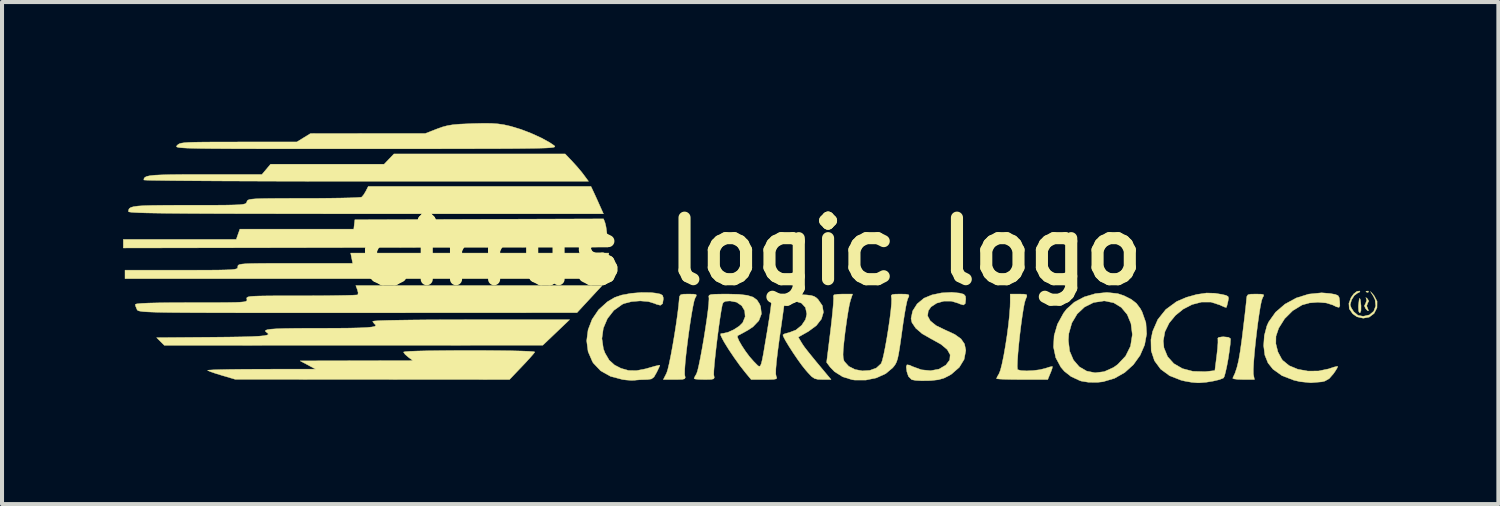
<source format=kicad_pcb>
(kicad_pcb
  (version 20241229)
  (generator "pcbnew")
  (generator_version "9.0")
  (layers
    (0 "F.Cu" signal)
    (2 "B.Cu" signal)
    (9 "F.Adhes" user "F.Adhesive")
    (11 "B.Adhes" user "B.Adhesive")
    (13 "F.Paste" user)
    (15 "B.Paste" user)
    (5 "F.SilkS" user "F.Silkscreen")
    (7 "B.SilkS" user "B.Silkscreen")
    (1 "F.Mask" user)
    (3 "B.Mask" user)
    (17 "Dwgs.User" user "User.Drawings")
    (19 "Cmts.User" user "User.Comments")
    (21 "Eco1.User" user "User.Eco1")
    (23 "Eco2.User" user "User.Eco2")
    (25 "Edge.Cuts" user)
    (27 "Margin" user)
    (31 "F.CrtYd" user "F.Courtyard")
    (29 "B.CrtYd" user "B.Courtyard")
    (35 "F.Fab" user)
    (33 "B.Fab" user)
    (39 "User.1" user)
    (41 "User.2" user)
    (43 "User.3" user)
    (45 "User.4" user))
  (footprint "cirrus logic logo"
    (layer "F.Cu")
    (at 15.541 3.177)
    (property "Reference" "cirrus logic logo" (at 0 0 0) (layer "F.SilkS") (effects (font (size 1.524 1.524) (thickness 0.3))))
    (attr through_hole)
    (fp_poly (pts (xy 15.311 0.988) (xy 15.305 1.013) (xy 15.282 1.016) (xy 15.247 1.001) (xy 15.254 0.988) (xy 15.304 0.983) (xy 15.311 0.988)) (stroke (width 0.01) (type solid)) (fill yes) (layer "F.SilkS"))
    (fp_poly (pts (xy 15.11 1.203) (xy 15.124 1.329) (xy 15.126 1.347) (xy 15.125 1.465) (xy 15.103 1.521) (xy 15.094 1.524) (xy 15.068 1.485) (xy 15.062 1.377) (xy 15.064 1.331) (xy 15.079 1.204) (xy 15.094 1.162) (xy 15.11 1.203)) (stroke (width 0.01) (type solid)) (fill yes) (layer "F.SilkS"))
    (fp_poly (pts (xy 15.282 1.172) (xy 15.285 1.175) (xy 15.319 1.233) (xy 15.293 1.276) (xy 15.267 1.351) (xy 15.286 1.403) (xy 15.313 1.47) (xy 15.291 1.471) (xy 15.24 1.418) (xy 15.209 1.349) (xy 15.238 1.293) (xy 15.267 1.216) (xy 15.259 1.177) (xy 15.245 1.143) (xy 15.282 1.172)) (stroke (width 0.01) (type solid)) (fill yes) (layer "F.SilkS"))
    (fp_poly (pts (xy -3.602 -0.708) (xy -3.579 -0.612) (xy -3.559 -0.469) (xy -3.55 -0.358) (xy -3.535 -0.106) (xy -9.536 -0.095) (xy -15.536 -0.084) (xy -15.536 -0.296) (xy -12.738 -0.296) (xy -12.694 -0.423) (xy -12.649 -0.55) (xy -9.827 -0.55) (xy -9.814 -0.667) (xy -9.8 -0.783) (xy -6.719 -0.794) (xy -3.639 -0.805) (xy -3.602 -0.708)) (stroke (width 0.01) (type solid)) (fill yes) (layer "F.SilkS"))
    (fp_poly (pts (xy -3.535 0.243) (xy -3.556 0.392) (xy -3.577 0.525) (xy -3.583 0.561) (xy -3.605 0.677) (xy -15.494 0.677) (xy -15.494 0.466) (xy -14.097 0.466) (xy -13.717 0.466) (xy -13.412 0.465) (xy -13.176 0.463) (xy -12.998 0.459) (xy -12.872 0.454) (xy -12.787 0.445) (xy -12.736 0.434) (xy -12.71 0.418) (xy -12.701 0.399) (xy -12.7 0.381) (xy -12.698 0.358) (xy -12.685 0.34) (xy -12.654 0.326) (xy -12.596 0.315) (xy -12.503 0.307) (xy -12.365 0.302) (xy -12.176 0.299) (xy -11.925 0.297) (xy -11.606 0.296) (xy -11.277 0.296) (xy -9.853 0.296) (xy -9.904 0.042) (xy -3.508 0.042) (xy -3.535 0.243)) (stroke (width 0.01) (type solid)) (fill yes) (layer "F.SilkS"))
    (fp_poly (pts (xy 15.101 0.99) (xy 15.083 1.015) (xy 15.038 1.034) (xy 14.959 1.094) (xy 14.892 1.201) (xy 14.859 1.316) (xy 14.859 1.33) (xy 14.884 1.4) (xy 14.943 1.492) (xy 14.947 1.497) (xy 15.051 1.585) (xy 15.18 1.609) (xy 15.334 1.574) (xy 15.441 1.483) (xy 15.49 1.352) (xy 15.475 1.199) (xy 15.427 1.1) (xy 15.36 0.995) (xy 15.448 1.095) (xy 15.524 1.238) (xy 15.522 1.396) (xy 15.449 1.539) (xy 15.329 1.629) (xy 15.18 1.656) (xy 15.027 1.621) (xy 14.921 1.547) (xy 14.835 1.423) (xy 14.826 1.288) (xy 14.879 1.146) (xy 14.945 1.054) (xy 15.024 0.993) (xy 15.089 0.982) (xy 15.101 0.99)) (stroke (width 0.01) (type solid)) (fill yes) (layer "F.SilkS"))
    (fp_poly (pts (xy -1.405 1.06) (xy -1.346 1.071) (xy -1.34 1.101) (xy -1.37 1.154) (xy -1.395 1.227) (xy -1.425 1.368) (xy -1.46 1.562) (xy -1.496 1.792) (xy -1.532 2.043) (xy -1.565 2.297) (xy -1.594 2.541) (xy -1.616 2.756) (xy -1.628 2.928) (xy -1.63 3.041) (xy -1.627 3.067) (xy -1.615 3.125) (xy -1.63 3.157) (xy -1.688 3.171) (xy -1.805 3.175) (xy -1.879 3.175) (xy -2.158 3.175) (xy -2.077 3.016) (xy -2.049 2.93) (xy -2.012 2.776) (xy -1.97 2.57) (xy -1.926 2.33) (xy -1.882 2.07) (xy -1.841 1.808) (xy -1.806 1.56) (xy -1.779 1.341) (xy -1.766 1.196) (xy -1.757 1.116) (xy -1.728 1.075) (xy -1.658 1.06) (xy -1.534 1.058) (xy -1.405 1.06)) (stroke (width 0.01) (type solid)) (fill yes) (layer "F.SilkS"))
    (fp_poly (pts (xy 12.649 1.06) (xy 12.709 1.071) (xy 12.714 1.101) (xy 12.685 1.154) (xy 12.661 1.226) (xy 12.632 1.367) (xy 12.601 1.561) (xy 12.568 1.79) (xy 12.537 2.04) (xy 12.508 2.295) (xy 12.484 2.537) (xy 12.467 2.751) (xy 12.458 2.922) (xy 12.459 3.033) (xy 12.461 3.051) (xy 12.486 3.175) (xy 12.209 3.175) (xy 12.071 3.171) (xy 11.977 3.159) (xy 11.947 3.143) (xy 12.005 3.018) (xy 12.052 2.876) (xy 12.094 2.704) (xy 12.132 2.485) (xy 12.172 2.202) (xy 12.188 2.074) (xy 12.218 1.823) (xy 12.246 1.592) (xy 12.268 1.397) (xy 12.283 1.257) (xy 12.288 1.196) (xy 12.298 1.116) (xy 12.326 1.075) (xy 12.396 1.06) (xy 12.521 1.058) (xy 12.649 1.06)) (stroke (width 0.01) (type solid)) (fill yes) (layer "F.SilkS"))
    (fp_poly (pts (xy -4.418 -2.233) (xy -4.297 -2.1) (xy -4.179 -1.96) (xy -4.129 -1.894) (xy -4.012 -1.736) (xy -9.52 -1.736) (xy -10.195 -1.736) (xy -10.847 -1.737) (xy -11.47 -1.738) (xy -12.059 -1.74) (xy -12.61 -1.742) (xy -13.117 -1.744) (xy -13.575 -1.747) (xy -13.98 -1.75) (xy -14.326 -1.753) (xy -14.609 -1.757) (xy -14.823 -1.76) (xy -14.963 -1.764) (xy -15.026 -1.768) (xy -15.028 -1.77) (xy -15.023 -1.805) (xy -15.001 -1.834) (xy -14.955 -1.857) (xy -14.876 -1.874) (xy -14.757 -1.887) (xy -14.589 -1.895) (xy -14.364 -1.901) (xy -14.075 -1.904) (xy -13.713 -1.905) (xy -13.514 -1.905) (xy -12.102 -1.905) (xy -11.995 -2.032) (xy -11.888 -2.159) (xy -9.075 -2.159) (xy -8.954 -2.286) (xy -8.832 -2.413) (xy -4.59 -2.413) (xy -4.418 -2.233)) (stroke (width 0.01) (type solid)) (fill yes) (layer "F.SilkS"))
    (fp_poly (pts (xy -6.575 2.456) (xy -6.228 2.459) (xy -5.927 2.463) (xy -5.681 2.469) (xy -5.496 2.476) (xy -5.38 2.484) (xy -5.341 2.493) (xy -5.341 2.493) (xy -5.375 2.538) (xy -5.454 2.629) (xy -5.566 2.752) (xy -5.662 2.853) (xy -5.969 3.175) (xy -12.764 3.17) (xy -13.092 3.073) (xy -13.249 3.025) (xy -13.373 2.982) (xy -13.442 2.953) (xy -13.449 2.948) (xy -13.415 2.942) (xy -13.306 2.935) (xy -13.132 2.93) (xy -12.903 2.925) (xy -12.628 2.922) (xy -12.317 2.92) (xy -12.125 2.919) (xy -10.774 2.917) (xy -10.964 2.815) (xy -11.155 2.713) (xy -8.361 2.707) (xy -8.477 2.62) (xy -8.556 2.551) (xy -8.593 2.498) (xy -8.594 2.494) (xy -8.552 2.485) (xy -8.434 2.476) (xy -8.244 2.469) (xy -7.991 2.463) (xy -7.681 2.459) (xy -7.321 2.456) (xy -6.96 2.455) (xy -6.575 2.456)) (stroke (width 0.01) (type solid)) (fill yes) (layer "F.SilkS"))
    (fp_poly (pts (xy -4.812 2.009) (xy -5.144 2.325) (xy -14.52 2.328) (xy -14.711 2.138) (xy -13.324 2.127) (xy -12.925 2.123) (xy -12.604 2.118) (xy -12.354 2.111) (xy -12.17 2.101) (xy -12.045 2.089) (xy -11.971 2.073) (xy -11.943 2.054) (xy -11.955 2.03) (xy -11.98 2.011) (xy -12.015 1.983) (xy -12.015 1.96) (xy -11.973 1.942) (xy -11.883 1.928) (xy -11.739 1.918) (xy -11.533 1.911) (xy -11.259 1.907) (xy -10.911 1.905) (xy -10.67 1.905) (xy -10.266 1.904) (xy -9.94 1.901) (xy -9.687 1.895) (xy -9.5 1.886) (xy -9.374 1.873) (xy -9.303 1.857) (xy -9.279 1.836) (xy -9.298 1.809) (xy -9.313 1.8) (xy -9.354 1.746) (xy -9.356 1.733) (xy -9.314 1.725) (xy -9.192 1.717) (xy -8.994 1.71) (xy -8.724 1.705) (xy -8.387 1.7) (xy -7.986 1.696) (xy -7.527 1.694) (xy -7.013 1.693) (xy -6.918 1.693) (xy -4.481 1.693) (xy -4.812 2.009)) (stroke (width 0.01) (type solid)) (fill yes) (layer "F.SilkS"))
    (fp_poly (pts (xy 6.778 1.06) (xy 6.84 1.073) (xy 6.848 1.111) (xy 6.818 1.185) (xy 6.814 1.194) (xy 6.789 1.278) (xy 6.762 1.423) (xy 6.732 1.614) (xy 6.702 1.834) (xy 6.673 2.069) (xy 6.648 2.304) (xy 6.628 2.521) (xy 6.615 2.707) (xy 6.61 2.846) (xy 6.616 2.922) (xy 6.621 2.931) (xy 6.704 2.954) (xy 6.843 2.961) (xy 7.007 2.953) (xy 7.169 2.932) (xy 7.301 2.9) (xy 7.407 2.866) (xy 7.473 2.852) (xy 7.481 2.853) (xy 7.475 2.896) (xy 7.443 2.988) (xy 7.429 3.02) (xy 7.365 3.175) (xy 6.73 3.175) (xy 6.51 3.174) (xy 6.322 3.17) (xy 6.183 3.164) (xy 6.106 3.156) (xy 6.096 3.152) (xy 6.116 3.104) (xy 6.156 3.036) (xy 6.192 2.947) (xy 6.232 2.791) (xy 6.275 2.584) (xy 6.317 2.342) (xy 6.357 2.084) (xy 6.391 1.824) (xy 6.417 1.581) (xy 6.432 1.371) (xy 6.435 1.262) (xy 6.435 1.058) (xy 6.646 1.058) (xy 6.778 1.06)) (stroke (width 0.01) (type solid)) (fill yes) (layer "F.SilkS"))
    (fp_poly (pts (xy 14.358 1.044) (xy 14.488 1.067) (xy 14.557 1.096) (xy 14.586 1.148) (xy 14.597 1.238) (xy 14.602 1.346) (xy 14.581 1.388) (xy 14.517 1.373) (xy 14.423 1.327) (xy 14.262 1.277) (xy 14.058 1.26) (xy 13.849 1.277) (xy 13.669 1.327) (xy 13.668 1.327) (xy 13.434 1.469) (xy 13.234 1.668) (xy 13.087 1.902) (xy 13.019 2.103) (xy 13.016 2.288) (xy 13.067 2.491) (xy 13.163 2.671) (xy 13.188 2.703) (xy 13.347 2.832) (xy 13.561 2.921) (xy 13.809 2.966) (xy 14.07 2.964) (xy 14.322 2.912) (xy 14.347 2.903) (xy 14.46 2.866) (xy 14.534 2.849) (xy 14.548 2.85) (xy 14.535 2.89) (xy 14.483 2.974) (xy 14.44 3.035) (xy 14.337 3.153) (xy 14.229 3.214) (xy 14.154 3.232) (xy 13.883 3.255) (xy 13.617 3.228) (xy 13.462 3.192) (xy 13.17 3.08) (xy 12.945 2.919) (xy 12.822 2.765) (xy 12.744 2.572) (xy 12.714 2.337) (xy 12.731 2.086) (xy 12.794 1.847) (xy 12.837 1.751) (xy 13.009 1.508) (xy 13.243 1.307) (xy 13.522 1.155) (xy 13.83 1.059) (xy 14.151 1.027) (xy 14.358 1.044)) (stroke (width 0.01) (type solid)) (fill yes) (layer "F.SilkS"))
    (fp_poly (pts (xy -2.462 1.022) (xy -2.355 1.034) (xy -2.236 1.057) (xy -2.178 1.089) (xy -2.16 1.147) (xy -2.159 1.185) (xy -2.176 1.296) (xy -2.232 1.336) (xy -2.336 1.308) (xy -2.367 1.293) (xy -2.528 1.244) (xy -2.732 1.227) (xy -2.944 1.244) (xy -3.129 1.292) (xy -3.173 1.311) (xy -3.385 1.463) (xy -3.544 1.667) (xy -3.645 1.905) (xy -3.68 2.159) (xy -3.643 2.413) (xy -3.603 2.519) (xy -3.501 2.694) (xy -3.368 2.815) (xy -3.207 2.898) (xy -3.022 2.951) (xy -2.825 2.955) (xy -2.591 2.909) (xy -2.501 2.883) (xy -2.369 2.845) (xy -2.276 2.823) (xy -2.244 2.821) (xy -2.261 2.867) (xy -2.305 2.96) (xy -2.329 3.007) (xy -2.39 3.113) (xy -2.453 3.161) (xy -2.551 3.175) (xy -2.594 3.176) (xy -2.728 3.18) (xy -2.839 3.189) (xy -2.857 3.192) (xy -2.947 3.196) (xy -3.082 3.186) (xy -3.167 3.175) (xy -3.467 3.096) (xy -3.71 2.96) (xy -3.892 2.768) (xy -3.913 2.735) (xy -4.022 2.483) (xy -4.057 2.214) (xy -4.022 1.943) (xy -3.922 1.683) (xy -3.762 1.447) (xy -3.545 1.25) (xy -3.364 1.142) (xy -3.187 1.082) (xy -2.957 1.04) (xy -2.705 1.019) (xy -2.462 1.022)) (stroke (width 0.01) (type solid)) (fill yes) (layer "F.SilkS"))
    (fp_poly (pts (xy 9.1 1.047) (xy 9.252 1.097) (xy 9.435 1.19) (xy 9.561 1.288) (xy 9.658 1.417) (xy 9.702 1.498) (xy 9.797 1.768) (xy 9.815 2.045) (xy 9.765 2.318) (xy 9.653 2.576) (xy 9.487 2.807) (xy 9.274 3) (xy 9.02 3.145) (xy 8.733 3.23) (xy 8.594 3.245) (xy 8.376 3.243) (xy 8.197 3.214) (xy 8.16 3.202) (xy 7.941 3.1) (xy 7.776 2.97) (xy 7.69 2.869) (xy 7.564 2.635) (xy 7.508 2.37) (xy 7.517 2.203) (xy 7.875 2.203) (xy 7.908 2.472) (xy 8.002 2.692) (xy 8.146 2.859) (xy 8.328 2.966) (xy 8.538 3.008) (xy 8.764 2.98) (xy 8.995 2.876) (xy 9.097 2.803) (xy 9.294 2.595) (xy 9.416 2.349) (xy 9.46 2.07) (xy 9.46 2.053) (xy 9.427 1.789) (xy 9.334 1.564) (xy 9.188 1.389) (xy 9 1.274) (xy 8.777 1.228) (xy 8.755 1.228) (xy 8.501 1.267) (xy 8.278 1.378) (xy 8.095 1.55) (xy 7.962 1.773) (xy 7.887 2.037) (xy 7.875 2.203) (xy 7.517 2.203) (xy 7.523 2.089) (xy 7.606 1.805) (xy 7.756 1.531) (xy 7.833 1.43) (xy 8.025 1.258) (xy 8.27 1.129) (xy 8.546 1.047) (xy 8.83 1.018) (xy 9.1 1.047)) (stroke (width 0.01) (type solid)) (fill yes) (layer "F.SilkS"))
    (fp_poly (pts (xy -3.986 1.183) (xy -4.297 1.519) (xy -9.725 1.522) (xy -10.513 1.522) (xy -11.222 1.522) (xy -11.855 1.522) (xy -12.416 1.522) (xy -12.909 1.521) (xy -13.34 1.52) (xy -13.712 1.519) (xy -14.03 1.517) (xy -14.298 1.515) (xy -14.521 1.512) (xy -14.703 1.508) (xy -14.847 1.503) (xy -14.959 1.498) (xy -15.044 1.492) (xy -15.104 1.484) (xy -15.145 1.476) (xy -15.171 1.467) (xy -15.186 1.457) (xy -15.195 1.445) (xy -15.196 1.442) (xy -15.232 1.356) (xy -15.24 1.315) (xy -15.204 1.301) (xy -15.096 1.29) (xy -14.912 1.281) (xy -14.651 1.275) (xy -14.31 1.271) (xy -13.887 1.27) (xy -13.847 1.27) (xy -13.467 1.27) (xy -13.164 1.269) (xy -12.928 1.267) (xy -12.752 1.264) (xy -12.628 1.258) (xy -12.546 1.25) (xy -12.498 1.238) (xy -12.476 1.223) (xy -12.472 1.204) (xy -12.476 1.185) (xy -12.48 1.162) (xy -12.473 1.144) (xy -12.446 1.129) (xy -12.391 1.118) (xy -12.3 1.111) (xy -12.164 1.106) (xy -11.975 1.103) (xy -11.724 1.101) (xy -11.403 1.101) (xy -11.124 1.101) (xy -10.792 1.1) (xy -10.486 1.098) (xy -10.219 1.094) (xy -9.999 1.09) (xy -9.838 1.085) (xy -9.744 1.079) (xy -9.725 1.075) (xy -9.719 1.021) (xy -9.738 0.948) (xy -9.777 0.847) (xy -3.675 0.847) (xy -3.986 1.183)) (stroke (width 0.01) (type solid)) (fill yes) (layer "F.SilkS"))
    (fp_poly (pts (xy 5.182 1.034) (xy 5.284 1.062) (xy 5.327 1.111) (xy 5.334 1.18) (xy 5.322 1.292) (xy 5.277 1.329) (xy 5.186 1.302) (xy 5.161 1.289) (xy 4.983 1.234) (xy 4.793 1.233) (xy 4.616 1.282) (xy 4.474 1.375) (xy 4.406 1.471) (xy 4.389 1.598) (xy 4.455 1.722) (xy 4.601 1.84) (xy 4.826 1.949) (xy 4.834 1.952) (xy 5.063 2.058) (xy 5.216 2.168) (xy 5.303 2.294) (xy 5.334 2.445) (xy 5.334 2.462) (xy 5.293 2.677) (xy 5.174 2.872) (xy 4.982 3.04) (xy 4.926 3.075) (xy 4.793 3.141) (xy 4.656 3.18) (xy 4.479 3.2) (xy 4.408 3.203) (xy 4.239 3.205) (xy 4.094 3.197) (xy 4.001 3.18) (xy 3.995 3.178) (xy 3.915 3.099) (xy 3.876 2.984) (xy 3.86 2.861) (xy 3.878 2.81) (xy 3.942 2.819) (xy 4.009 2.851) (xy 4.236 2.934) (xy 4.464 2.956) (xy 4.672 2.917) (xy 4.839 2.819) (xy 4.842 2.816) (xy 4.937 2.69) (xy 4.948 2.562) (xy 4.876 2.433) (xy 4.72 2.302) (xy 4.48 2.169) (xy 4.467 2.162) (xy 4.254 2.04) (xy 4.096 1.904) (xy 4.001 1.764) (xy 3.979 1.665) (xy 4.019 1.476) (xy 4.13 1.301) (xy 4.297 1.162) (xy 4.304 1.158) (xy 4.496 1.079) (xy 4.735 1.029) (xy 4.986 1.015) (xy 5.182 1.034)) (stroke (width 0.01) (type solid)) (fill yes) (layer "F.SilkS"))
    (fp_poly (pts (xy -3.896 -1.492) (xy -3.847 -1.387) (xy -3.782 -1.244) (xy -3.742 -1.154) (xy -3.642 -0.931) (xy -9.526 -0.931) (xy -10.371 -0.931) (xy -11.136 -0.932) (xy -11.823 -0.933) (xy -12.437 -0.934) (xy -12.981 -0.935) (xy -13.459 -0.937) (xy -13.874 -0.939) (xy -14.23 -0.942) (xy -14.532 -0.945) (xy -14.782 -0.949) (xy -14.984 -0.953) (xy -15.142 -0.958) (xy -15.26 -0.964) (xy -15.341 -0.97) (xy -15.39 -0.977) (xy -15.409 -0.985) (xy -15.409 -0.986) (xy -15.405 -1.028) (xy -15.388 -1.061) (xy -15.35 -1.087) (xy -15.282 -1.107) (xy -15.176 -1.122) (xy -15.025 -1.132) (xy -14.819 -1.138) (xy -14.551 -1.141) (xy -14.213 -1.143) (xy -13.903 -1.143) (xy -13.521 -1.143) (xy -13.216 -1.144) (xy -12.977 -1.146) (xy -12.798 -1.15) (xy -12.669 -1.155) (xy -12.581 -1.164) (xy -12.526 -1.176) (xy -12.496 -1.191) (xy -12.482 -1.211) (xy -12.476 -1.228) (xy -12.467 -1.251) (xy -12.449 -1.269) (xy -12.413 -1.284) (xy -12.349 -1.294) (xy -12.25 -1.302) (xy -12.107 -1.307) (xy -11.911 -1.31) (xy -11.653 -1.312) (xy -11.325 -1.313) (xy -11.064 -1.313) (xy -10.728 -1.314) (xy -10.419 -1.317) (xy -10.146 -1.321) (xy -9.921 -1.326) (xy -9.754 -1.333) (xy -9.654 -1.34) (xy -9.631 -1.345) (xy -9.582 -1.402) (xy -9.528 -1.492) (xy -9.468 -1.609) (xy -3.951 -1.609) (xy -3.896 -1.492)) (stroke (width 0.01) (type solid)) (fill yes) (layer "F.SilkS"))
    (fp_poly (pts (xy 11.504 1.038) (xy 11.677 1.066) (xy 11.781 1.09) (xy 11.832 1.118) (xy 11.844 1.16) (xy 11.833 1.225) (xy 11.83 1.24) (xy 11.807 1.337) (xy 11.79 1.388) (xy 11.789 1.39) (xy 11.747 1.381) (xy 11.66 1.343) (xy 11.635 1.33) (xy 11.411 1.257) (xy 11.176 1.256) (xy 10.942 1.317) (xy 10.722 1.43) (xy 10.529 1.586) (xy 10.373 1.776) (xy 10.268 1.99) (xy 10.227 2.218) (xy 10.244 2.389) (xy 10.334 2.608) (xy 10.489 2.781) (xy 10.701 2.904) (xy 10.961 2.972) (xy 11.261 2.98) (xy 11.323 2.974) (xy 11.505 2.953) (xy 11.553 2.575) (xy 11.572 2.403) (xy 11.582 2.262) (xy 11.581 2.174) (xy 11.577 2.157) (xy 11.598 2.132) (xy 11.683 2.118) (xy 11.724 2.117) (xy 11.845 2.129) (xy 11.894 2.164) (xy 11.894 2.17) (xy 11.885 2.307) (xy 11.863 2.479) (xy 11.835 2.665) (xy 11.802 2.844) (xy 11.768 2.996) (xy 11.739 3.101) (xy 11.719 3.137) (xy 11.62 3.177) (xy 11.468 3.213) (xy 11.293 3.242) (xy 11.129 3.256) (xy 11.079 3.257) (xy 10.932 3.244) (xy 10.756 3.213) (xy 10.668 3.192) (xy 10.383 3.08) (xy 10.162 2.917) (xy 10.009 2.709) (xy 9.928 2.463) (xy 9.922 2.186) (xy 9.964 1.982) (xy 10.092 1.688) (xy 10.288 1.442) (xy 10.546 1.252) (xy 10.568 1.239) (xy 10.801 1.139) (xy 11.055 1.068) (xy 11.3 1.032) (xy 11.504 1.038)) (stroke (width 0.01) (type solid)) (fill yes) (layer "F.SilkS"))
    (fp_poly (pts (xy -6.415 -3.17) (xy -6.252 -3.158) (xy -6.103 -3.136) (xy -5.944 -3.1) (xy -5.926 -3.095) (xy -5.686 -3.022) (xy -5.431 -2.924) (xy -5.187 -2.813) (xy -4.979 -2.7) (xy -4.868 -2.625) (xy -4.853 -2.612) (xy -4.845 -2.6) (xy -4.848 -2.59) (xy -4.866 -2.581) (xy -4.906 -2.574) (xy -4.97 -2.567) (xy -5.064 -2.561) (xy -5.191 -2.557) (xy -5.357 -2.553) (xy -5.566 -2.55) (xy -5.823 -2.547) (xy -6.132 -2.545) (xy -6.496 -2.544) (xy -6.922 -2.543) (xy -7.414 -2.542) (xy -7.975 -2.541) (xy -8.611 -2.541) (xy -9.326 -2.541) (xy -9.521 -2.541) (xy -10.257 -2.541) (xy -10.912 -2.541) (xy -11.493 -2.541) (xy -12.002 -2.541) (xy -12.444 -2.542) (xy -12.825 -2.543) (xy -13.148 -2.545) (xy -13.418 -2.547) (xy -13.64 -2.55) (xy -13.818 -2.554) (xy -13.956 -2.558) (xy -14.06 -2.564) (xy -14.134 -2.57) (xy -14.182 -2.578) (xy -14.208 -2.586) (xy -14.219 -2.596) (xy -14.217 -2.607) (xy -14.207 -2.62) (xy -14.203 -2.625) (xy -14.179 -2.647) (xy -14.148 -2.666) (xy -14.1 -2.68) (xy -14.026 -2.691) (xy -13.919 -2.699) (xy -13.768 -2.704) (xy -13.565 -2.707) (xy -13.302 -2.709) (xy -12.97 -2.709) (xy -12.683 -2.71) (xy -11.239 -2.71) (xy -10.901 -2.918) (xy -9.477 -2.92) (xy -8.053 -2.921) (xy -7.763 -3.034) (xy -7.632 -3.081) (xy -7.508 -3.114) (xy -7.371 -3.137) (xy -7.2 -3.152) (xy -6.972 -3.162) (xy -6.875 -3.166) (xy -6.614 -3.172) (xy -6.415 -3.17)) (stroke (width 0.01) (type solid)) (fill yes) (layer "F.SilkS"))
    (fp_poly (pts (xy 2.477 1.217) (xy 2.452 1.316) (xy 2.422 1.479) (xy 2.389 1.687) (xy 2.357 1.918) (xy 2.346 1.998) (xy 2.317 2.249) (xy 2.299 2.43) (xy 2.294 2.556) (xy 2.299 2.643) (xy 2.315 2.704) (xy 2.326 2.727) (xy 2.435 2.848) (xy 2.592 2.927) (xy 2.774 2.961) (xy 2.957 2.949) (xy 3.12 2.889) (xy 3.237 2.781) (xy 3.237 2.781) (xy 3.266 2.705) (xy 3.301 2.562) (xy 3.34 2.37) (xy 3.38 2.147) (xy 3.418 1.91) (xy 3.452 1.678) (xy 3.478 1.467) (xy 3.494 1.295) (xy 3.497 1.181) (xy 3.494 1.154) (xy 3.486 1.099) (xy 3.51 1.071) (xy 3.585 1.06) (xy 3.703 1.058) (xy 3.844 1.06) (xy 3.914 1.073) (xy 3.929 1.104) (xy 3.903 1.163) (xy 3.897 1.175) (xy 3.877 1.242) (xy 3.849 1.375) (xy 3.817 1.559) (xy 3.783 1.777) (xy 3.768 1.884) (xy 3.728 2.171) (xy 3.696 2.387) (xy 3.67 2.545) (xy 3.646 2.657) (xy 3.621 2.735) (xy 3.593 2.793) (xy 3.558 2.843) (xy 3.522 2.886) (xy 3.35 3.03) (xy 3.123 3.133) (xy 2.862 3.188) (xy 2.589 3.189) (xy 2.517 3.179) (xy 2.285 3.107) (xy 2.084 2.981) (xy 1.974 2.867) (xy 1.887 2.75) (xy 1.986 1.951) (xy 2.015 1.698) (xy 2.038 1.474) (xy 2.054 1.291) (xy 2.06 1.164) (xy 2.056 1.106) (xy 2.056 1.105) (xy 2.071 1.077) (xy 2.162 1.062) (xy 2.279 1.058) (xy 2.53 1.058) (xy 2.477 1.217)) (stroke (width 0.01) (type solid)) (fill yes) (layer "F.SilkS"))
    (fp_poly (pts (xy -0.282 1.065) (xy -0.08 1.089) (xy 0.064 1.133) (xy 0.162 1.205) (xy 0.228 1.308) (xy 0.252 1.371) (xy 0.272 1.55) (xy 0.208 1.717) (xy 0.063 1.869) (xy -0.059 1.95) (xy -0.183 2.019) (xy -0.278 2.07) (xy -0.317 2.088) (xy -0.321 2.128) (xy -0.283 2.217) (xy -0.214 2.337) (xy -0.124 2.473) (xy -0.026 2.605) (xy 0.072 2.717) (xy 0.091 2.737) (xy 0.145 2.792) (xy 0.186 2.833) (xy 0.218 2.85) (xy 0.244 2.837) (xy 0.268 2.784) (xy 0.293 2.683) (xy 0.323 2.526) (xy 0.36 2.304) (xy 0.41 2.01) (xy 0.423 1.931) (xy 0.469 1.646) (xy 0.5 1.435) (xy 0.517 1.285) (xy 0.52 1.187) (xy 0.51 1.129) (xy 0.5 1.112) (xy 0.489 1.088) (xy 0.513 1.071) (xy 0.582 1.063) (xy 0.709 1.06) (xy 0.903 1.063) (xy 1.007 1.065) (xy 1.235 1.072) (xy 1.395 1.08) (xy 1.502 1.093) (xy 1.574 1.114) (xy 1.626 1.145) (xy 1.673 1.188) (xy 1.781 1.344) (xy 1.808 1.51) (xy 1.758 1.677) (xy 1.633 1.838) (xy 1.435 1.984) (xy 1.419 1.993) (xy 1.185 2.125) (xy 1.259 2.251) (xy 1.294 2.307) (xy 1.339 2.372) (xy 1.404 2.456) (xy 1.496 2.571) (xy 1.623 2.727) (xy 1.795 2.933) (xy 1.864 3.016) (xy 1.997 3.175) (xy 1.784 3.175) (xy 1.671 3.171) (xy 1.59 3.151) (xy 1.516 3.101) (xy 1.425 3.005) (xy 1.37 2.942) (xy 1.278 2.827) (xy 1.171 2.679) (xy 1.06 2.516) (xy 0.957 2.356) (xy 0.872 2.216) (xy 0.818 2.113) (xy 0.804 2.07) (xy 0.841 2.045) (xy 0.933 2.018) (xy 0.96 2.012) (xy 1.127 1.948) (xy 1.269 1.832) (xy 1.365 1.688) (xy 1.397 1.551) (xy 1.363 1.391) (xy 1.265 1.283) (xy 1.105 1.232) (xy 1.029 1.228) (xy 0.918 1.23) (xy 0.854 1.235) (xy 0.847 1.238) (xy 0.841 1.281) (xy 0.825 1.396) (xy 0.801 1.57) (xy 0.77 1.79) (xy 0.734 2.044) (xy 0.721 2.133) (xy 0.676 2.47) (xy 0.645 2.729) (xy 0.629 2.916) (xy 0.627 3.037) (xy 0.638 3.096) (xy 0.653 3.136) (xy 0.637 3.159) (xy 0.573 3.171) (xy 0.448 3.175) (xy 0.349 3.175) (xy 0.018 3.175) (xy -0.131 2.995) (xy -0.261 2.829) (xy -0.402 2.632) (xy -0.538 2.43) (xy -0.649 2.251) (xy -0.693 2.17) (xy -0.737 2.079) (xy -0.738 2.041) (xy -0.693 2.032) (xy -0.677 2.032) (xy -0.556 2.005) (xy -0.411 1.939) (xy -0.276 1.851) (xy -0.193 1.769) (xy -0.131 1.619) (xy -0.142 1.472) (xy -0.216 1.346) (xy -0.343 1.259) (xy -0.505 1.228) (xy -0.619 1.236) (xy -0.676 1.269) (xy -0.697 1.323) (xy -0.723 1.461) (xy -0.753 1.65) (xy -0.785 1.874) (xy -0.817 2.116) (xy -0.847 2.362) (xy -0.873 2.594) (xy -0.894 2.796) (xy -0.906 2.953) (xy -0.909 3.049) (xy -0.907 3.066) (xy -0.896 3.126) (xy -0.911 3.158) (xy -0.972 3.172) (xy -1.095 3.175) (xy -1.138 3.175) (xy -1.274 3.172) (xy -1.367 3.163) (xy -1.397 3.152) (xy -1.377 3.104) (xy -1.337 3.036) (xy -1.312 2.966) (xy -1.279 2.828) (xy -1.24 2.638) (xy -1.198 2.411) (xy -1.155 2.164) (xy -1.115 1.912) (xy -1.079 1.672) (xy -1.051 1.46) (xy -1.033 1.29) (xy -1.027 1.179) (xy -1.028 1.154) (xy -1.033 1.113) (xy -1.021 1.086) (xy -0.976 1.07) (xy -0.887 1.062) (xy -0.738 1.059) (xy -0.555 1.058) (xy -0.282 1.065)) (stroke (width 0.01) (type solid)) (fill yes) (layer "F.SilkS")))
  (gr_rect
    (start -3 -3)
    (end 34.07 9.438)
    (stroke (width 0.1) (type default))
    (fill no)
    (layer "Edge.Cuts")))
</source>
